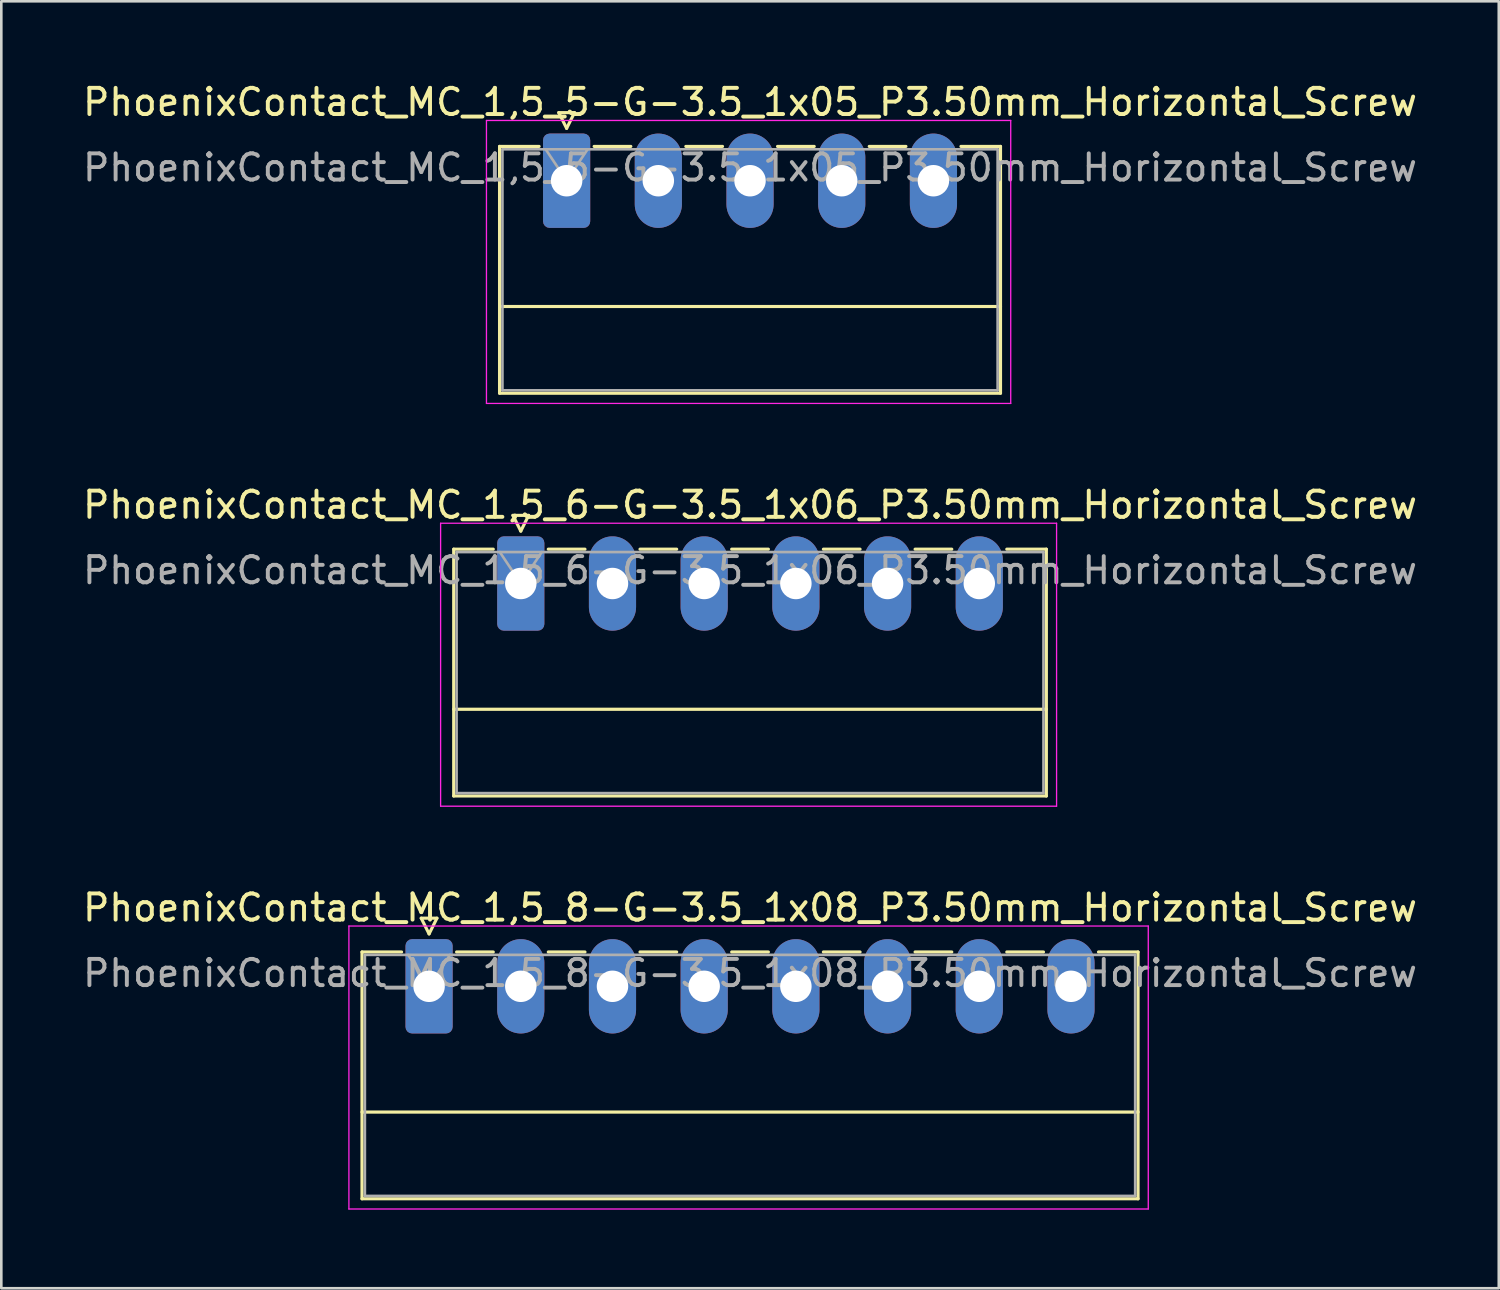
<source format=kicad_pcb>
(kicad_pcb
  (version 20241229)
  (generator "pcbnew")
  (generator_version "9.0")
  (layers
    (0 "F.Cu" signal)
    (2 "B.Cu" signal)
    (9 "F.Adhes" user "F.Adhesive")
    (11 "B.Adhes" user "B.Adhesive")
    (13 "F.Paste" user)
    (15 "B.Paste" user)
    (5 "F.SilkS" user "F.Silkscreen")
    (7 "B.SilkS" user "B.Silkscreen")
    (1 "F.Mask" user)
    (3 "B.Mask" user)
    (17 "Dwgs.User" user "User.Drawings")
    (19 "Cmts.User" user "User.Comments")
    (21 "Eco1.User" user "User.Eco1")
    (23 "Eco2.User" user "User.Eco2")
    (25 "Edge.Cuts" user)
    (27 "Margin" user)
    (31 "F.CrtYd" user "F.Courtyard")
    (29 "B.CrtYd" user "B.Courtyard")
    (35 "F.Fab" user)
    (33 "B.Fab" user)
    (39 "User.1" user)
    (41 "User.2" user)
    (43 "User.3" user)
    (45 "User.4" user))
  (footprint "PhoenixContact_MC_1,5_8-G-3.5_1x08_P3.50mm_Horizontal_Screw"
    (layer "F.Cu")
    (at 13.327 34.595)
    (property "Reference" "PhoenixContact_MC_1,5_8-G-3.5_1x08_P3.50mm_Horizontal_Screw" (at 12.25 -3 0) (layer "F.SilkS") (effects (font (size 1 1) (thickness 0.15))))
    (attr through_hole)
    (fp_line (start -2.56 -1.31) (end -2.56 8.11) (stroke (width 0.12) (type solid)) (layer "F.SilkS"))
    (fp_line (start -2.56 -1.31) (end -1.05 -1.31) (stroke (width 0.12) (type solid)) (layer "F.SilkS"))
    (fp_line (start -2.56 4.8) (end 27.06 4.8) (stroke (width 0.12) (type solid)) (layer "F.SilkS"))
    (fp_line (start -2.56 8.11) (end 27.06 8.11) (stroke (width 0.12) (type solid)) (layer "F.SilkS"))
    (fp_line (start -0.3 -2.6) (end 0.3 -2.6) (stroke (width 0.12) (type solid)) (layer "F.SilkS"))
    (fp_line (start 0 -2) (end -0.3 -2.6) (stroke (width 0.12) (type solid)) (layer "F.SilkS"))
    (fp_line (start 0.3 -2.6) (end 0 -2) (stroke (width 0.12) (type solid)) (layer "F.SilkS"))
    (fp_line (start 1.05 -1.31) (end 2.45 -1.31) (stroke (width 0.12) (type solid)) (layer "F.SilkS"))
    (fp_line (start 4.55 -1.31) (end 5.95 -1.31) (stroke (width 0.12) (type solid)) (layer "F.SilkS"))
    (fp_line (start 8.05 -1.31) (end 9.45 -1.31) (stroke (width 0.12) (type solid)) (layer "F.SilkS"))
    (fp_line (start 11.55 -1.31) (end 12.95 -1.31) (stroke (width 0.12) (type solid)) (layer "F.SilkS"))
    (fp_line (start 15.05 -1.31) (end 16.45 -1.31) (stroke (width 0.12) (type solid)) (layer "F.SilkS"))
    (fp_line (start 18.55 -1.31) (end 19.95 -1.31) (stroke (width 0.12) (type solid)) (layer "F.SilkS"))
    (fp_line (start 22.05 -1.31) (end 23.45 -1.31) (stroke (width 0.12) (type solid)) (layer "F.SilkS"))
    (fp_line (start 27.06 -1.31) (end 25.55 -1.31) (stroke (width 0.12) (type solid)) (layer "F.SilkS"))
    (fp_line (start 27.06 8.11) (end 27.06 -1.31) (stroke (width 0.12) (type solid)) (layer "F.SilkS"))
    (fp_line (start -3.06 -2.3) (end -3.06 8.5) (stroke (width 0.05) (type solid)) (layer "F.CrtYd"))
    (fp_line (start -3.06 8.5) (end 27.45 8.5) (stroke (width 0.05) (type solid)) (layer "F.CrtYd"))
    (fp_line (start 27.45 -2.3) (end -3.06 -2.3) (stroke (width 0.05) (type solid)) (layer "F.CrtYd"))
    (fp_line (start 27.45 8.5) (end 27.45 -2.3) (stroke (width 0.05) (type solid)) (layer "F.CrtYd"))
    (fp_line (start -2.45 -1.2) (end -2.45 8) (stroke (width 0.1) (type solid)) (layer "F.Fab"))
    (fp_line (start -2.45 8) (end 26.95 8) (stroke (width 0.1) (type solid)) (layer "F.Fab"))
    (fp_line (start 0 0) (end -0.8 -1.2) (stroke (width 0.1) (type solid)) (layer "F.Fab"))
    (fp_line (start 0.8 -1.2) (end 0 0) (stroke (width 0.1) (type solid)) (layer "F.Fab"))
    (fp_line (start 26.95 -1.2) (end -2.45 -1.2) (stroke (width 0.1) (type solid)) (layer "F.Fab"))
    (fp_line (start 26.95 8) (end 26.95 -1.2) (stroke (width 0.1) (type solid)) (layer "F.Fab"))
    (fp_text user "${REFERENCE}" (at 12.25 -0.5 0) (layer "F.Fab") (effects (font (size 1 1) (thickness 0.15))))
    (pad "1" thru_hole roundrect (at 0 0) (size 1.8 3.6) (drill 1.2) (layers "*.Cu" "*.Mask") (roundrect_rratio 0.139))
    (pad "2" thru_hole oval (at 3.5 0) (size 1.8 3.6) (drill 1.2) (layers "*.Cu" "*.Mask"))
    (pad "3" thru_hole oval (at 7 0) (size 1.8 3.6) (drill 1.2) (layers "*.Cu" "*.Mask"))
    (pad "4" thru_hole oval (at 10.5 0) (size 1.8 3.6) (drill 1.2) (layers "*.Cu" "*.Mask"))
    (pad "5" thru_hole oval (at 14 0) (size 1.8 3.6) (drill 1.2) (layers "*.Cu" "*.Mask"))
    (pad "6" thru_hole oval (at 17.5 0) (size 1.8 3.6) (drill 1.2) (layers "*.Cu" "*.Mask"))
    (pad "7" thru_hole oval (at 21 0) (size 1.8 3.6) (drill 1.2) (layers "*.Cu" "*.Mask"))
    (pad "8" thru_hole oval (at 24.5 0) (size 1.8 3.6) (drill 1.2) (layers "*.Cu" "*.Mask")))
  (footprint "PhoenixContact_MC_1,5_5-G-3.5_1x05_P3.50mm_Horizontal_Screw"
    (layer "F.Cu")
    (at 25.577 3.848)
    (property "Reference" "PhoenixContact_MC_1,5_5-G-3.5_1x05_P3.50mm_Horizontal_Screw" (at 0 -3 0) (layer "F.SilkS") (effects (font (size 1 1) (thickness 0.15))))
    (attr through_hole)
    (fp_line (start -9.56 -1.31) (end -9.56 8.11) (stroke (width 0.12) (type solid)) (layer "F.SilkS"))
    (fp_line (start -9.56 -1.31) (end -8.05 -1.31) (stroke (width 0.12) (type solid)) (layer "F.SilkS"))
    (fp_line (start -9.56 4.8) (end 9.56 4.8) (stroke (width 0.12) (type solid)) (layer "F.SilkS"))
    (fp_line (start -9.56 8.11) (end 9.56 8.11) (stroke (width 0.12) (type solid)) (layer "F.SilkS"))
    (fp_line (start -7.3 -2.6) (end -6.7 -2.6) (stroke (width 0.12) (type solid)) (layer "F.SilkS"))
    (fp_line (start -7 -2) (end -7.3 -2.6) (stroke (width 0.12) (type solid)) (layer "F.SilkS"))
    (fp_line (start -6.7 -2.6) (end -7 -2) (stroke (width 0.12) (type solid)) (layer "F.SilkS"))
    (fp_line (start -5.95 -1.31) (end -4.55 -1.31) (stroke (width 0.12) (type solid)) (layer "F.SilkS"))
    (fp_line (start -2.45 -1.31) (end -1.05 -1.31) (stroke (width 0.12) (type solid)) (layer "F.SilkS"))
    (fp_line (start 1.05 -1.31) (end 2.45 -1.31) (stroke (width 0.12) (type solid)) (layer "F.SilkS"))
    (fp_line (start 4.55 -1.31) (end 5.95 -1.31) (stroke (width 0.12) (type solid)) (layer "F.SilkS"))
    (fp_line (start 9.56 -1.31) (end 8.05 -1.31) (stroke (width 0.12) (type solid)) (layer "F.SilkS"))
    (fp_line (start 9.56 8.11) (end 9.56 -1.31) (stroke (width 0.12) (type solid)) (layer "F.SilkS"))
    (fp_line (start -10.06 -2.3) (end -10.06 8.5) (stroke (width 0.05) (type solid)) (layer "F.CrtYd"))
    (fp_line (start -10.06 8.5) (end 9.95 8.5) (stroke (width 0.05) (type solid)) (layer "F.CrtYd"))
    (fp_line (start 9.95 -2.3) (end -10.06 -2.3) (stroke (width 0.05) (type solid)) (layer "F.CrtYd"))
    (fp_line (start 9.95 8.5) (end 9.95 -2.3) (stroke (width 0.05) (type solid)) (layer "F.CrtYd"))
    (fp_line (start -9.45 -1.2) (end -9.45 8) (stroke (width 0.1) (type solid)) (layer "F.Fab"))
    (fp_line (start -9.45 8) (end 9.45 8) (stroke (width 0.1) (type solid)) (layer "F.Fab"))
    (fp_line (start -7 0) (end -7.8 -1.2) (stroke (width 0.1) (type solid)) (layer "F.Fab"))
    (fp_line (start -6.2 -1.2) (end -7 0) (stroke (width 0.1) (type solid)) (layer "F.Fab"))
    (fp_line (start 9.45 -1.2) (end -9.45 -1.2) (stroke (width 0.1) (type solid)) (layer "F.Fab"))
    (fp_line (start 9.45 8) (end 9.45 -1.2) (stroke (width 0.1) (type solid)) (layer "F.Fab"))
    (fp_text user "${REFERENCE}" (at 0 -0.5 0) (layer "F.Fab") (effects (font (size 1 1) (thickness 0.15))))
    (pad "1" thru_hole roundrect (at -7 0) (size 1.8 3.6) (drill 1.2) (layers "*.Cu" "*.Mask") (roundrect_rratio 0.139))
    (pad "2" thru_hole oval (at -3.5 0) (size 1.8 3.6) (drill 1.2) (layers "*.Cu" "*.Mask"))
    (pad "3" thru_hole oval (at 0 0) (size 1.8 3.6) (drill 1.2) (layers "*.Cu" "*.Mask"))
    (pad "4" thru_hole oval (at 3.5 0) (size 1.8 3.6) (drill 1.2) (layers "*.Cu" "*.Mask"))
    (pad "5" thru_hole oval (at 7 0) (size 1.8 3.6) (drill 1.2) (layers "*.Cu" "*.Mask")))
  (footprint "PhoenixContact_MC_1,5_6-G-3.5_1x06_P3.50mm_Horizontal_Screw"
    (layer "F.Cu")
    (at 16.827 19.221)
    (property "Reference" "PhoenixContact_MC_1,5_6-G-3.5_1x06_P3.50mm_Horizontal_Screw" (at 8.75 -3 0) (layer "F.SilkS") (effects (font (size 1 1) (thickness 0.15))))
    (attr through_hole)
    (fp_line (start -2.56 -1.31) (end -2.56 8.11) (stroke (width 0.12) (type solid)) (layer "F.SilkS"))
    (fp_line (start -2.56 -1.31) (end -1.05 -1.31) (stroke (width 0.12) (type solid)) (layer "F.SilkS"))
    (fp_line (start -2.56 4.8) (end 20.06 4.8) (stroke (width 0.12) (type solid)) (layer "F.SilkS"))
    (fp_line (start -2.56 8.11) (end 20.06 8.11) (stroke (width 0.12) (type solid)) (layer "F.SilkS"))
    (fp_line (start -0.3 -2.6) (end 0.3 -2.6) (stroke (width 0.12) (type solid)) (layer "F.SilkS"))
    (fp_line (start 0 -2) (end -0.3 -2.6) (stroke (width 0.12) (type solid)) (layer "F.SilkS"))
    (fp_line (start 0.3 -2.6) (end 0 -2) (stroke (width 0.12) (type solid)) (layer "F.SilkS"))
    (fp_line (start 1.05 -1.31) (end 2.45 -1.31) (stroke (width 0.12) (type solid)) (layer "F.SilkS"))
    (fp_line (start 4.55 -1.31) (end 5.95 -1.31) (stroke (width 0.12) (type solid)) (layer "F.SilkS"))
    (fp_line (start 8.05 -1.31) (end 9.45 -1.31) (stroke (width 0.12) (type solid)) (layer "F.SilkS"))
    (fp_line (start 11.55 -1.31) (end 12.95 -1.31) (stroke (width 0.12) (type solid)) (layer "F.SilkS"))
    (fp_line (start 15.05 -1.31) (end 16.45 -1.31) (stroke (width 0.12) (type solid)) (layer "F.SilkS"))
    (fp_line (start 20.06 -1.31) (end 18.55 -1.31) (stroke (width 0.12) (type solid)) (layer "F.SilkS"))
    (fp_line (start 20.06 8.11) (end 20.06 -1.31) (stroke (width 0.12) (type solid)) (layer "F.SilkS"))
    (fp_line (start -3.06 -2.3) (end -3.06 8.5) (stroke (width 0.05) (type solid)) (layer "F.CrtYd"))
    (fp_line (start -3.06 8.5) (end 20.45 8.5) (stroke (width 0.05) (type solid)) (layer "F.CrtYd"))
    (fp_line (start 20.45 -2.3) (end -3.06 -2.3) (stroke (width 0.05) (type solid)) (layer "F.CrtYd"))
    (fp_line (start 20.45 8.5) (end 20.45 -2.3) (stroke (width 0.05) (type solid)) (layer "F.CrtYd"))
    (fp_line (start -2.45 -1.2) (end -2.45 8) (stroke (width 0.1) (type solid)) (layer "F.Fab"))
    (fp_line (start -2.45 8) (end 19.95 8) (stroke (width 0.1) (type solid)) (layer "F.Fab"))
    (fp_line (start 0 0) (end -0.8 -1.2) (stroke (width 0.1) (type solid)) (layer "F.Fab"))
    (fp_line (start 0.8 -1.2) (end 0 0) (stroke (width 0.1) (type solid)) (layer "F.Fab"))
    (fp_line (start 19.95 -1.2) (end -2.45 -1.2) (stroke (width 0.1) (type solid)) (layer "F.Fab"))
    (fp_line (start 19.95 8) (end 19.95 -1.2) (stroke (width 0.1) (type solid)) (layer "F.Fab"))
    (fp_text user "${REFERENCE}" (at 8.75 -0.5 0) (layer "F.Fab") (effects (font (size 1 1) (thickness 0.15))))
    (pad "1" thru_hole roundrect (at 0 0) (size 1.8 3.6) (drill 1.2) (layers "*.Cu" "*.Mask") (roundrect_rratio 0.139))
    (pad "2" thru_hole oval (at 3.5 0) (size 1.8 3.6) (drill 1.2) (layers "*.Cu" "*.Mask"))
    (pad "3" thru_hole oval (at 7 0) (size 1.8 3.6) (drill 1.2) (layers "*.Cu" "*.Mask"))
    (pad "4" thru_hole oval (at 10.5 0) (size 1.8 3.6) (drill 1.2) (layers "*.Cu" "*.Mask"))
    (pad "5" thru_hole oval (at 14 0) (size 1.8 3.6) (drill 1.2) (layers "*.Cu" "*.Mask"))
    (pad "6" thru_hole oval (at 17.5 0) (size 1.8 3.6) (drill 1.2) (layers "*.Cu" "*.Mask")))
  (gr_rect
    (start -3 -3)
    (end 54.155 46.12)
    (stroke (width 0.1) (type default))
    (fill no)
    (layer "Edge.Cuts")))
</source>
